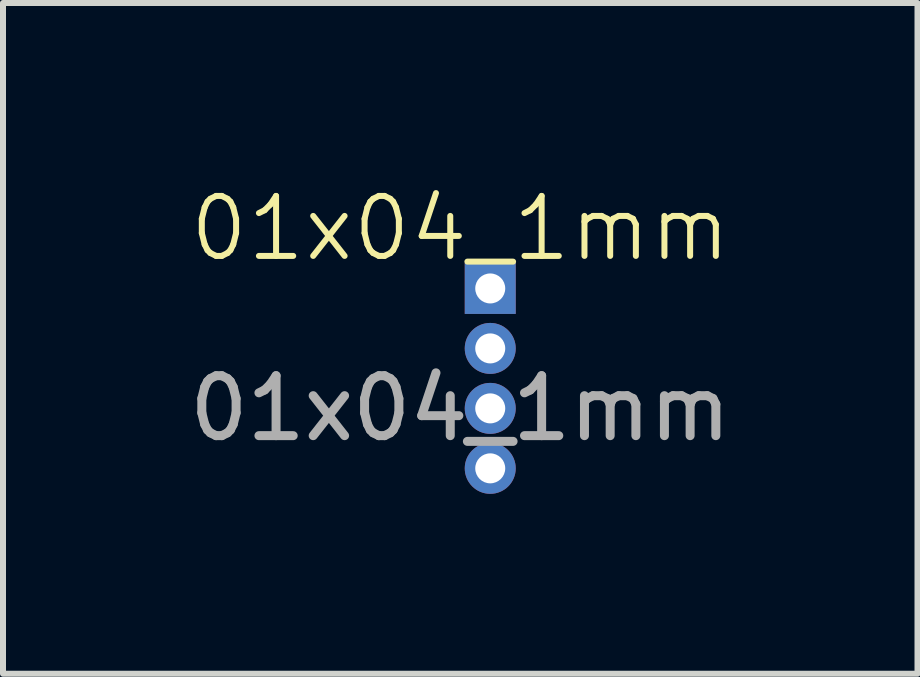
<source format=kicad_pcb>
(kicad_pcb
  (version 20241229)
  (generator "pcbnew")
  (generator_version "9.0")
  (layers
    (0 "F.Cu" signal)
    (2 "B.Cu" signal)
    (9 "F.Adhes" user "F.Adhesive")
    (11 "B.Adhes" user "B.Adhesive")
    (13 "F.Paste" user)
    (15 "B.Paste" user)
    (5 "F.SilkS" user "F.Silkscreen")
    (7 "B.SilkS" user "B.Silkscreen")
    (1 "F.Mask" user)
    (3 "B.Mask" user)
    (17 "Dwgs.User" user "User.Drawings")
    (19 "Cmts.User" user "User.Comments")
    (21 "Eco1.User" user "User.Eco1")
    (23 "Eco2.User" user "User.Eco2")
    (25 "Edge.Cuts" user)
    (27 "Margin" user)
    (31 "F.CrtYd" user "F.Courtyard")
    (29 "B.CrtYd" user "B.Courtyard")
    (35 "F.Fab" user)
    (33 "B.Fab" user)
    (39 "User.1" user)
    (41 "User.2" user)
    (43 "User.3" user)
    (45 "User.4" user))
  (footprint "01x04_1mm"
    (layer "F.Cu")
    (at 4.625 1.26)
    (property "Reference" "01x04_1mm" (at 0 -0.5 0) (unlocked yes) (layer "F.SilkS") (effects (font (size 1 1) (thickness 0.1))))
    (attr smd)
    (fp_text user "${REFERENCE}" (at 0 2.5 0) (unlocked yes) (layer "F.Fab") (effects (font (size 1 1) (thickness 0.15))))
    (pad "1" thru_hole rect (at 0.5 0.5) (size 0.85 0.85) (drill 0.5) (layers "*.Cu" "*.Mask"))
    (pad "2" thru_hole circle (at 0.5 1.5) (size 0.85 0.85) (drill 0.5) (layers "*.Cu" "*.Mask"))
    (pad "3" thru_hole circle (at 0.5 2.5) (size 0.85 0.85) (drill 0.5) (layers "*.Cu" "*.Mask"))
    (pad "4" thru_hole circle (at 0.5 3.5) (size 0.85 0.85) (drill 0.5) (layers "*.Cu" "*.Mask")))
  (gr_rect
    (start -3 -3)
    (end 12.25 8.185)
    (stroke (width 0.1) (type default))
    (fill no)
    (layer "Edge.Cuts")))
</source>
